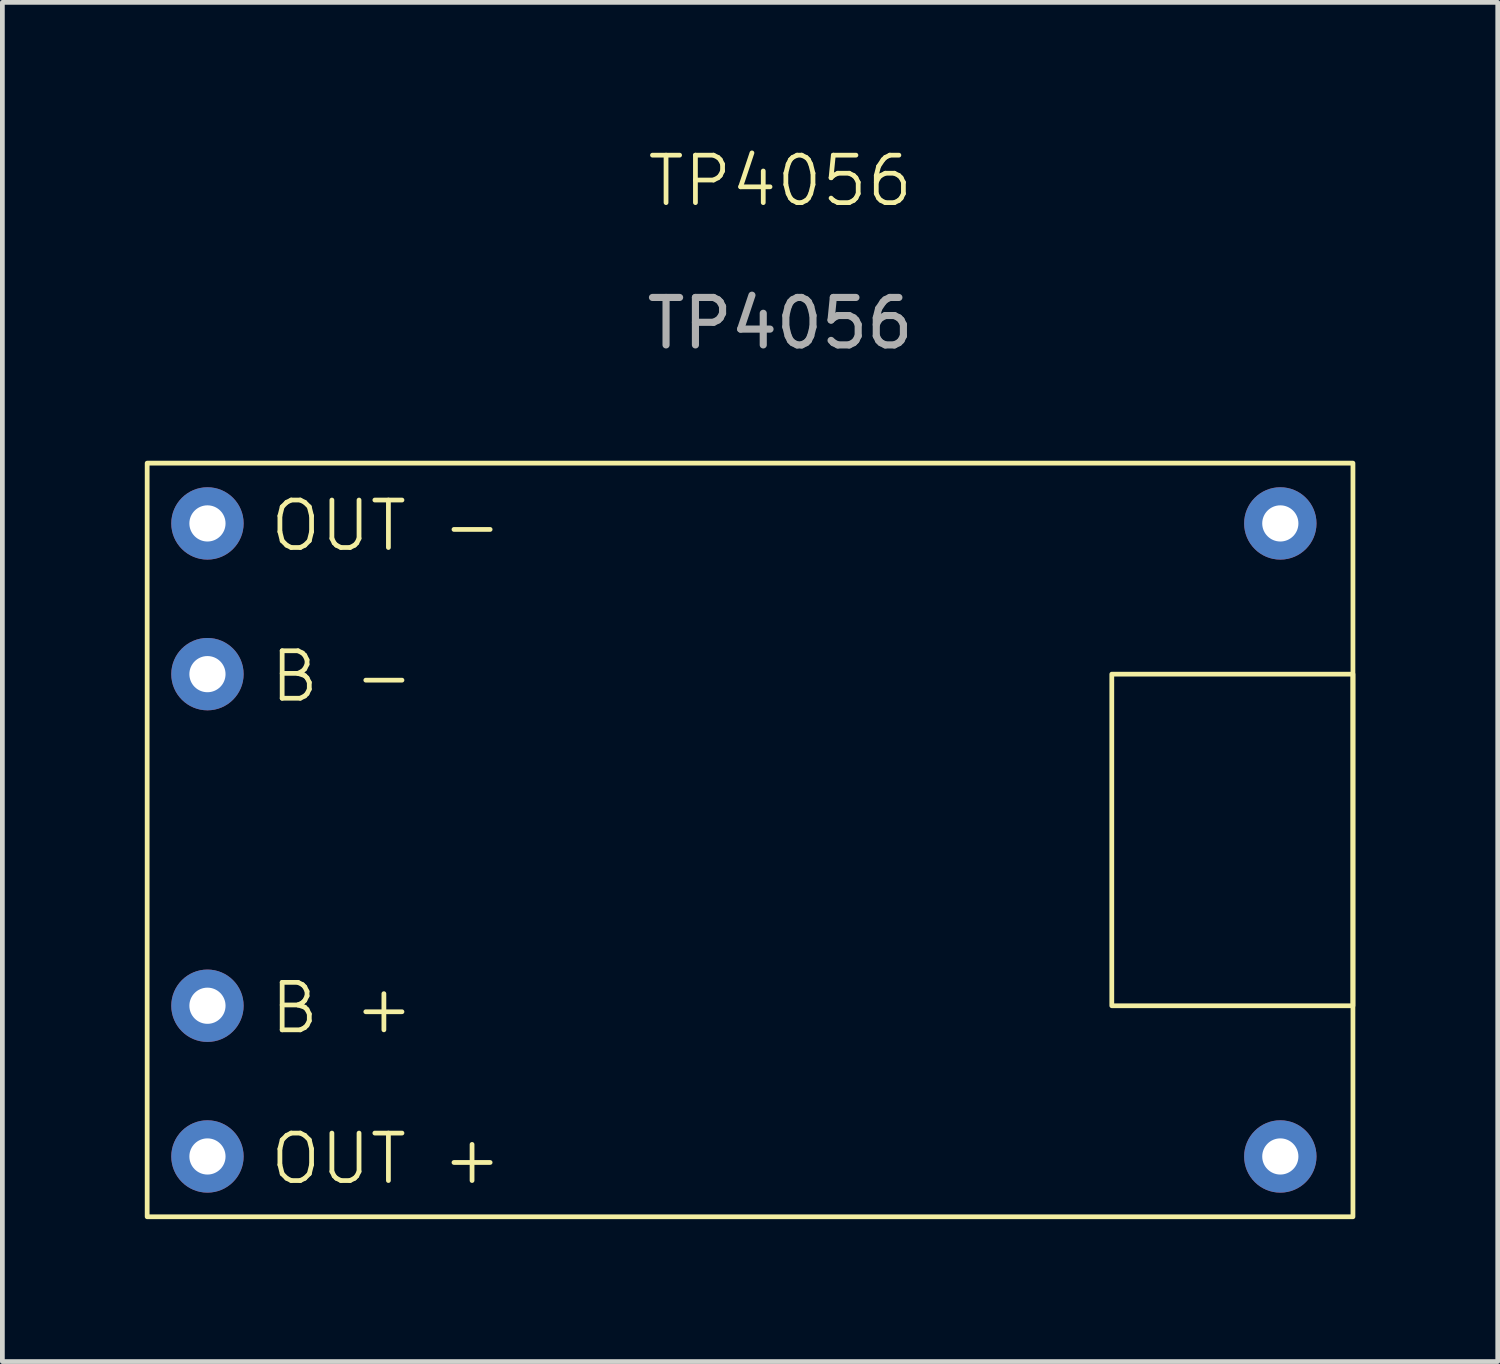
<source format=kicad_pcb>
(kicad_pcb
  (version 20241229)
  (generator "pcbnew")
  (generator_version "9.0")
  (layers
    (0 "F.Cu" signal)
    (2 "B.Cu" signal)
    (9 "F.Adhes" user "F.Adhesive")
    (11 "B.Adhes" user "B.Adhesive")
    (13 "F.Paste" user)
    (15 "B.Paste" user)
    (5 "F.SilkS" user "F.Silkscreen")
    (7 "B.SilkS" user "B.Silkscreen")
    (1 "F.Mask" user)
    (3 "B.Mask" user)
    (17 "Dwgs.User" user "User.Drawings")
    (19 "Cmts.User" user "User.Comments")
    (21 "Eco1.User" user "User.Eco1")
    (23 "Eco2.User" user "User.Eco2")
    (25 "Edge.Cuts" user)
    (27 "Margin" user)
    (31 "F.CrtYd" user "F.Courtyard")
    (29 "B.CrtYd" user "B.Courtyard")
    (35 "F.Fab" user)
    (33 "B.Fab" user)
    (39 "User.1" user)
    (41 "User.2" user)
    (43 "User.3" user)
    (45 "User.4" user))
  (footprint "TP4056"
    (layer "F.Cu")
    (at 12.801 14.707)
    (property "Reference" "TP4056" (at 0.584 -13.946 0) (unlocked yes) (layer "F.SilkS") (effects (font (size 1 1) (thickness 0.1))))
    (attr through_hole)
    (fp_rect (start -12.751 -8.001) (end 12.649 7.874) (stroke (width 0.1) (type default)) (fill no) (layer "F.SilkS"))
    (fp_rect (start 7.569 -3.556) (end 12.649 3.429) (stroke (width 0.1) (type default)) (fill no) (layer "F.SilkS"))
    (fp_text user "OUT -" (at -10.211 -6.096 0) (unlocked yes) (layer "F.SilkS") (effects (font (size 1 1) (thickness 0.1)) (justify left bottom)))
    (fp_text user "B +" (at -10.211 4.064 0) (unlocked yes) (layer "F.SilkS") (effects (font (size 1 1) (thickness 0.1)) (justify left bottom)))
    (fp_text user "OUT +" (at -10.211 7.239 0) (unlocked yes) (layer "F.SilkS") (effects (font (size 1 1) (thickness 0.1)) (justify left bottom)))
    (fp_text user "B -" (at -10.211 -2.921 0) (unlocked yes) (layer "F.SilkS") (effects (font (size 1 1) (thickness 0.1)) (justify left bottom)))
    (fp_text user "${REFERENCE}" (at 0.584 -10.946 0) (unlocked yes) (layer "F.Fab") (effects (font (size 1 1) (thickness 0.15))))
    (pad "1" thru_hole circle (at -11.481 6.604) (size 1.524 1.524) (drill 0.762) (layers "*.Cu" "*.Mask"))
    (pad "2" thru_hole circle (at -11.481 3.429) (size 1.524 1.524) (drill 0.762) (layers "*.Cu" "*.Mask"))
    (pad "3" thru_hole circle (at -11.481 -3.556) (size 1.524 1.524) (drill 0.762) (layers "*.Cu" "*.Mask"))
    (pad "4" thru_hole circle (at -11.481 -6.731) (size 1.524 1.524) (drill 0.762) (layers "*.Cu" "*.Mask"))
    (pad "5" thru_hole circle (at 11.119 -6.731) (size 1.524 1.524) (drill 0.762) (layers "*.Cu" "*.Mask"))
    (pad "6" thru_hole circle (at 11.119 6.604) (size 1.524 1.524) (drill 0.762) (layers "*.Cu" "*.Mask")))
  (gr_rect
    (start -3 -3)
    (end 28.5 25.631)
    (stroke (width 0.1) (type default))
    (fill no)
    (layer "Edge.Cuts")))
</source>
